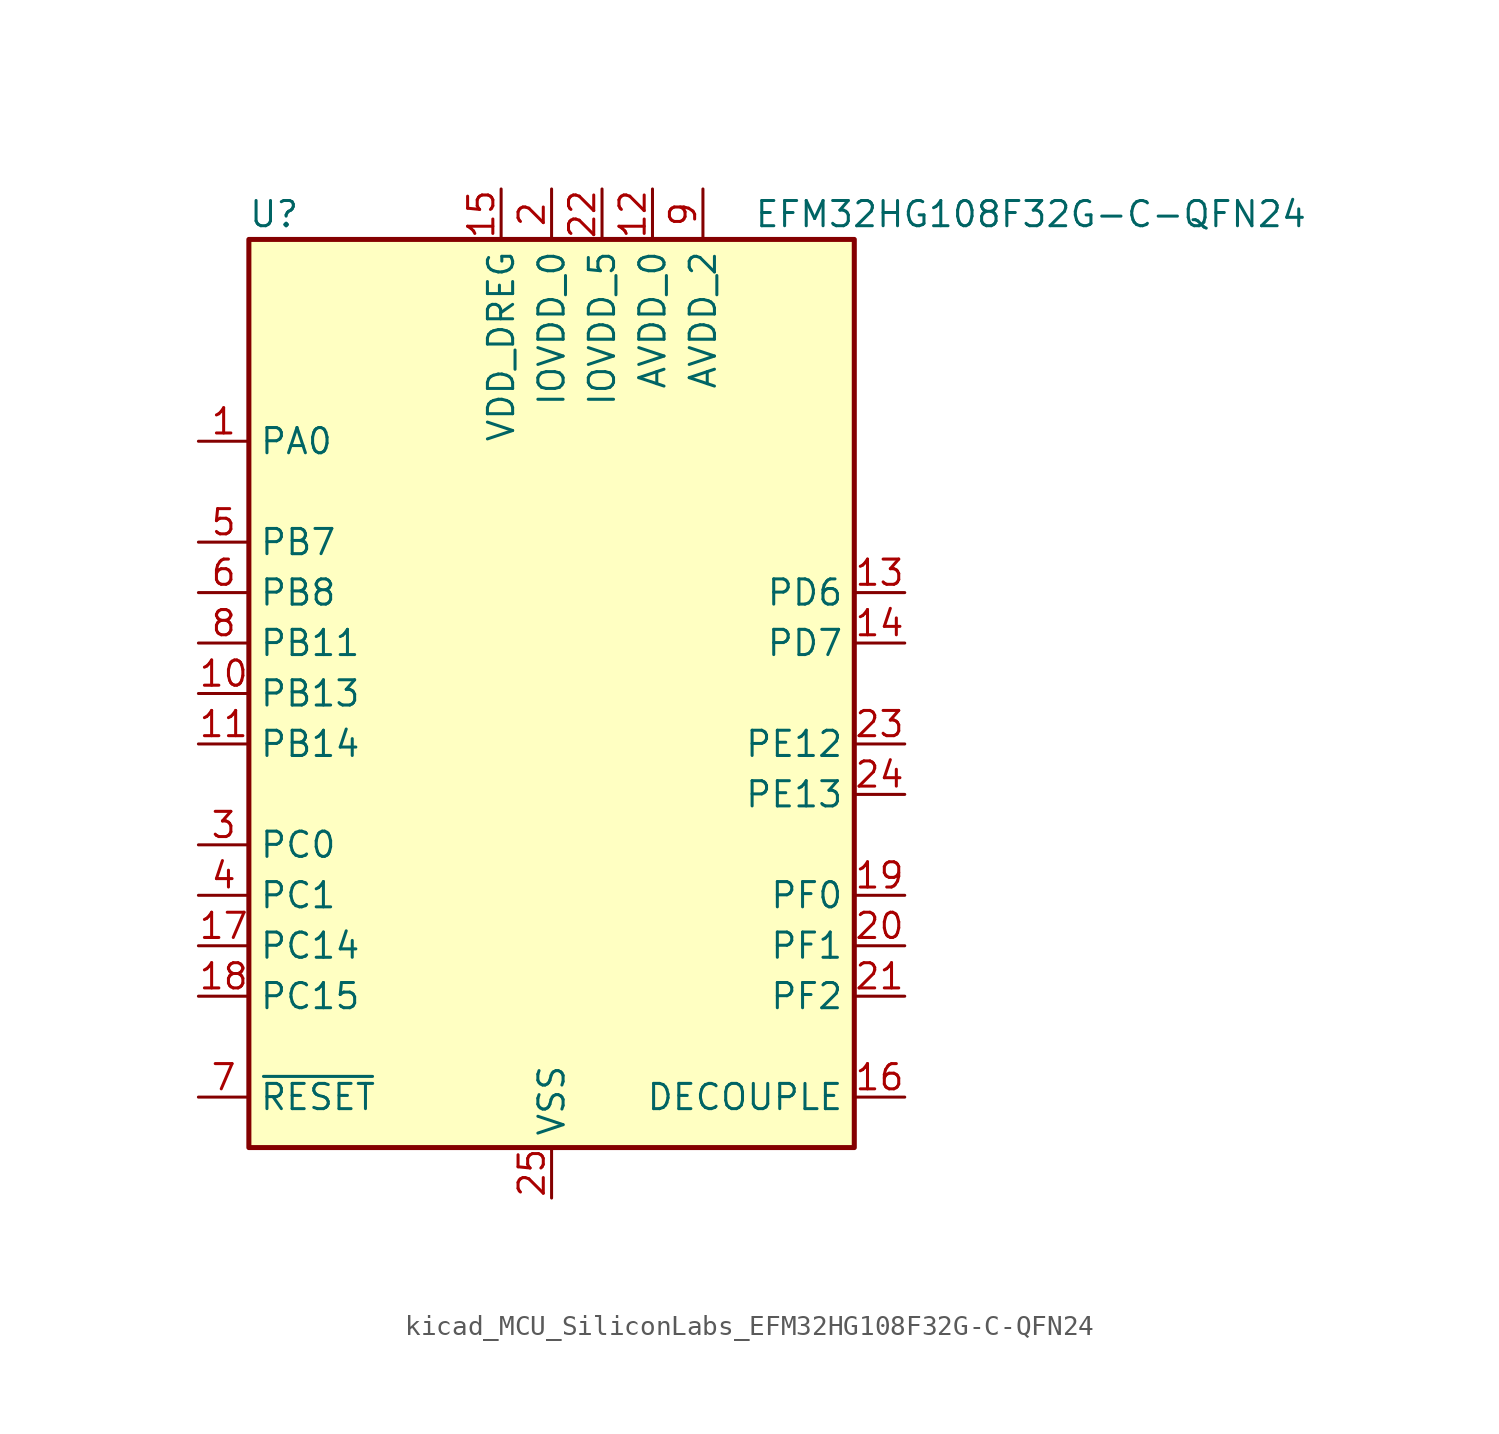
<source format=kicad_sym>
(kicad_symbol_lib
  (version 20220914)
  (generator kicad_symbol_editor)
  (symbol "kicad_MCU_SiliconLabs_EFM32HG108F32G-C-QFN24"
    (property "Reference" "U"
      (at -13.97 24.13 0)
      (effects (font (size 1.27 1.27))))
    (property "Value" "EFM32HG108F32G-C-QFN24"
      (at 24.13 24.13 0)
      (effects (font (size 1.27 1.27))))
    (symbol "kicad_MCU_SiliconLabs_EFM32HG108F32G-C-QFN24_0_1"
      (rectangle (start -15.24 22.86) (end 15.24 -22.86) (stroke (width 0.254) (type default)) (fill (type background))))
    (symbol "kicad_MCU_SiliconLabs_EFM32HG108F32G-C-QFN24_1_1"
      (pin bidirectional line (at -17.78 12.7 0) (length 2.54) (name "PA0" (effects (font (size 1.27 1.27)))) (number "1" (effects (font (size 1.27 1.27)))))
      (pin bidirectional line (at -17.78 0 0) (length 2.54) (name "PB13" (effects (font (size 1.27 1.27)))) (number "10" (effects (font (size 1.27 1.27)))))
      (pin bidirectional line (at -17.78 -2.54 0) (length 2.54) (name "PB14" (effects (font (size 1.27 1.27)))) (number "11" (effects (font (size 1.27 1.27)))))
      (pin power_in line (at 5.08 25.4 270) (length 2.54) (name "AVDD_0" (effects (font (size 1.27 1.27)))) (number "12" (effects (font (size 1.27 1.27)))))
      (pin bidirectional line (at 17.78 5.08 180) (length 2.54) (name "PD6" (effects (font (size 1.27 1.27)))) (number "13" (effects (font (size 1.27 1.27)))))
      (pin bidirectional line (at 17.78 2.54 180) (length 2.54) (name "PD7" (effects (font (size 1.27 1.27)))) (number "14" (effects (font (size 1.27 1.27)))))
      (pin power_in line (at -2.54 25.4 270) (length 2.54) (name "VDD_DREG" (effects (font (size 1.27 1.27)))) (number "15" (effects (font (size 1.27 1.27)))))
      (pin passive line (at 17.78 -20.32 180) (length 2.54) (name "DECOUPLE" (effects (font (size 1.27 1.27)))) (number "16" (effects (font (size 1.27 1.27)))))
      (pin bidirectional line (at -17.78 -12.7 0) (length 2.54) (name "PC14" (effects (font (size 1.27 1.27)))) (number "17" (effects (font (size 1.27 1.27)))))
      (pin bidirectional line (at -17.78 -15.24 0) (length 2.54) (name "PC15" (effects (font (size 1.27 1.27)))) (number "18" (effects (font (size 1.27 1.27)))))
      (pin bidirectional line (at 17.78 -10.16 180) (length 2.54) (name "PF0" (effects (font (size 1.27 1.27)))) (number "19" (effects (font (size 1.27 1.27)))))
      (pin power_in line (at 0 25.4 270) (length 2.54) (name "IOVDD_0" (effects (font (size 1.27 1.27)))) (number "2" (effects (font (size 1.27 1.27)))))
      (pin bidirectional line (at 17.78 -12.7 180) (length 2.54) (name "PF1" (effects (font (size 1.27 1.27)))) (number "20" (effects (font (size 1.27 1.27)))))
      (pin bidirectional line (at 17.78 -15.24 180) (length 2.54) (name "PF2" (effects (font (size 1.27 1.27)))) (number "21" (effects (font (size 1.27 1.27)))))
      (pin power_in line (at 2.54 25.4 270) (length 2.54) (name "IOVDD_5" (effects (font (size 1.27 1.27)))) (number "22" (effects (font (size 1.27 1.27)))))
      (pin bidirectional line (at 17.78 -2.54 180) (length 2.54) (name "PE12" (effects (font (size 1.27 1.27)))) (number "23" (effects (font (size 1.27 1.27)))))
      (pin bidirectional line (at 17.78 -5.08 180) (length 2.54) (name "PE13" (effects (font (size 1.27 1.27)))) (number "24" (effects (font (size 1.27 1.27)))))
      (pin power_in line (at 0 -25.4 90) (length 2.54) (name "VSS" (effects (font (size 1.27 1.27)))) (number "25" (effects (font (size 1.27 1.27)))))
      (pin bidirectional line (at -17.78 -7.62 0) (length 2.54) (name "PC0" (effects (font (size 1.27 1.27)))) (number "3" (effects (font (size 1.27 1.27)))))
      (pin bidirectional line (at -17.78 -10.16 0) (length 2.54) (name "PC1" (effects (font (size 1.27 1.27)))) (number "4" (effects (font (size 1.27 1.27)))))
      (pin bidirectional line (at -17.78 7.62 0) (length 2.54) (name "PB7" (effects (font (size 1.27 1.27)))) (number "5" (effects (font (size 1.27 1.27)))))
      (pin bidirectional line (at -17.78 5.08 0) (length 2.54) (name "PB8" (effects (font (size 1.27 1.27)))) (number "6" (effects (font (size 1.27 1.27)))))
      (pin input line (at -17.78 -20.32 0) (length 2.54) (name "~{RESET}" (effects (font (size 1.27 1.27)))) (number "7" (effects (font (size 1.27 1.27)))))
      (pin bidirectional line (at -17.78 2.54 0) (length 2.54) (name "PB11" (effects (font (size 1.27 1.27)))) (number "8" (effects (font (size 1.27 1.27)))))
      (pin power_in line (at 7.62 25.4 270) (length 2.54) (name "AVDD_2" (effects (font (size 1.27 1.27)))) (number "9" (effects (font (size 1.27 1.27))))))))
</source>
